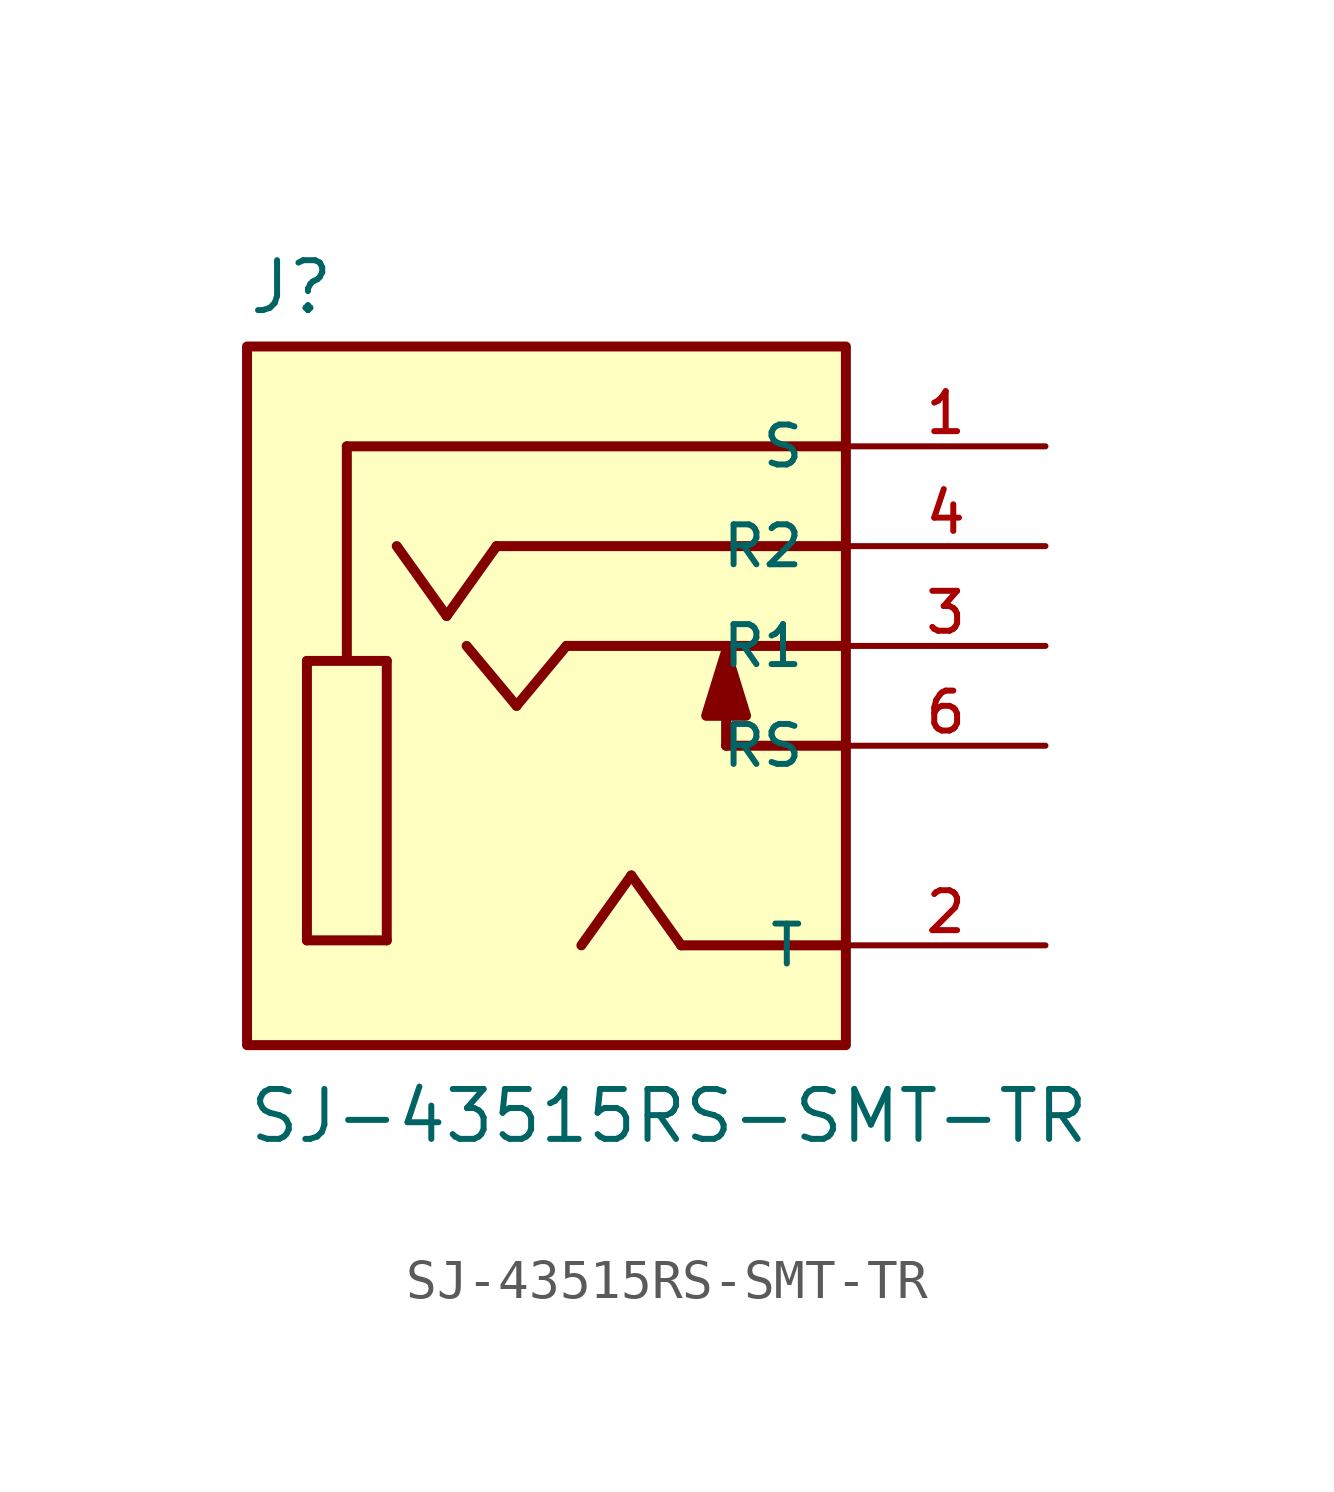
<source format=kicad_sym>
(kicad_symbol_lib
  (version 20231120)
  (generator "kicad_symbol_editor")
  (generator_version "8.0")
  (symbol "SJ-43515RS-SMT-TR"
    (pin_names
      (offset 1.016))
    (property "Reference" "J"
      (at -7.621 8.383 0)
      (effects (font (size 1.27 1.27)) (justify left bottom)))
    (property "Value" "SJ-43515RS-SMT-TR"
      (at -7.627 -12.709 0)
      (effects (font (size 1.27 1.27)) (justify left bottom)))
    (symbol "SJ-43515RS-SMT-TR_0_0"
      (rectangle (start -7.62 7.62) (end 7.62 -10.16) (stroke (width 0.254) (type default)) (fill (type background)))
      (polyline (pts (xy -6.096 -7.493) (xy -4.064 -7.493)) (stroke (width 0.254) (type default)) (fill (type none)))
      (polyline (pts (xy -6.096 -0.381) (xy -6.096 -7.493)) (stroke (width 0.254) (type default)) (fill (type none)))
      (polyline (pts (xy -5.08 5.08) (xy -5.08 -0.254)) (stroke (width 0.254) (type default)) (fill (type none)))
      (polyline (pts (xy -5.08 5.08) (xy 7.62 5.08)) (stroke (width 0.254) (type default)) (fill (type none)))
      (polyline (pts (xy -4.064 -7.493) (xy -4.064 -0.381)) (stroke (width 0.254) (type default)) (fill (type none)))
      (polyline (pts (xy -4.064 -0.381) (xy -6.096 -0.381)) (stroke (width 0.254) (type default)) (fill (type none)))
      (polyline (pts (xy -3.81 2.54) (xy -2.54 0.762)) (stroke (width 0.254) (type default)) (fill (type none)))
      (polyline (pts (xy -2.54 0.762) (xy -1.27 2.54)) (stroke (width 0.254) (type default)) (fill (type none)))
      (polyline (pts (xy -2.032 0) (xy -0.762 -1.524)) (stroke (width 0.254) (type default)) (fill (type none)))
      (polyline (pts (xy -1.27 2.54) (xy 7.62 2.54)) (stroke (width 0.254) (type default)) (fill (type none)))
      (polyline (pts (xy -0.762 -1.524) (xy 0.508 0)) (stroke (width 0.254) (type default)) (fill (type none)))
      (polyline (pts (xy 0.508 0) (xy 7.62 0)) (stroke (width 0.254) (type default)) (fill (type none)))
      (polyline (pts (xy 0.889 -7.62) (xy 2.159 -5.842)) (stroke (width 0.254) (type default)) (fill (type none)))
      (polyline (pts (xy 2.159 -5.842) (xy 3.429 -7.62)) (stroke (width 0.254) (type default)) (fill (type none)))
      (polyline (pts (xy 3.429 -7.62) (xy 7.62 -7.62)) (stroke (width 0.254) (type default)) (fill (type none)))
      (polyline (pts (xy 4.572 -2.54) (xy 4.572 -1.778)) (stroke (width 0.254) (type default)) (fill (type none)))
      (polyline (pts (xy 4.572 -2.54) (xy 7.62 -2.54)) (stroke (width 0.254) (type default)) (fill (type none)))
      (polyline (pts (xy 5.08 -1.778) (xy 4.064 -1.778) (xy 4.572 -0.127) (xy 5.08 -1.778)) (stroke (width 0.254) (type default)) (fill (type outline)))
      (pin passive line (at 12.7 5.08 180) (length 5.08) (name "S" (effects (font (size 1.016 1.016)))) (number "1" (effects (font (size 1.016 1.016)))))
      (pin passive line (at 12.7 -7.62 180) (length 5.08) (name "T" (effects (font (size 1.016 1.016)))) (number "2" (effects (font (size 1.016 1.016)))))
      (pin passive line (at 12.7 0 180) (length 5.08) (name "R1" (effects (font (size 1.016 1.016)))) (number "3" (effects (font (size 1.016 1.016)))))
      (pin passive line (at 12.7 2.54 180) (length 5.08) (name "R2" (effects (font (size 1.016 1.016)))) (number "4" (effects (font (size 1.016 1.016)))))
      (pin passive line (at 12.7 -2.54 180) (length 5.08) (name "RS" (effects (font (size 1.016 1.016)))) (number "6" (effects (font (size 1.016 1.016))))))))
</source>
